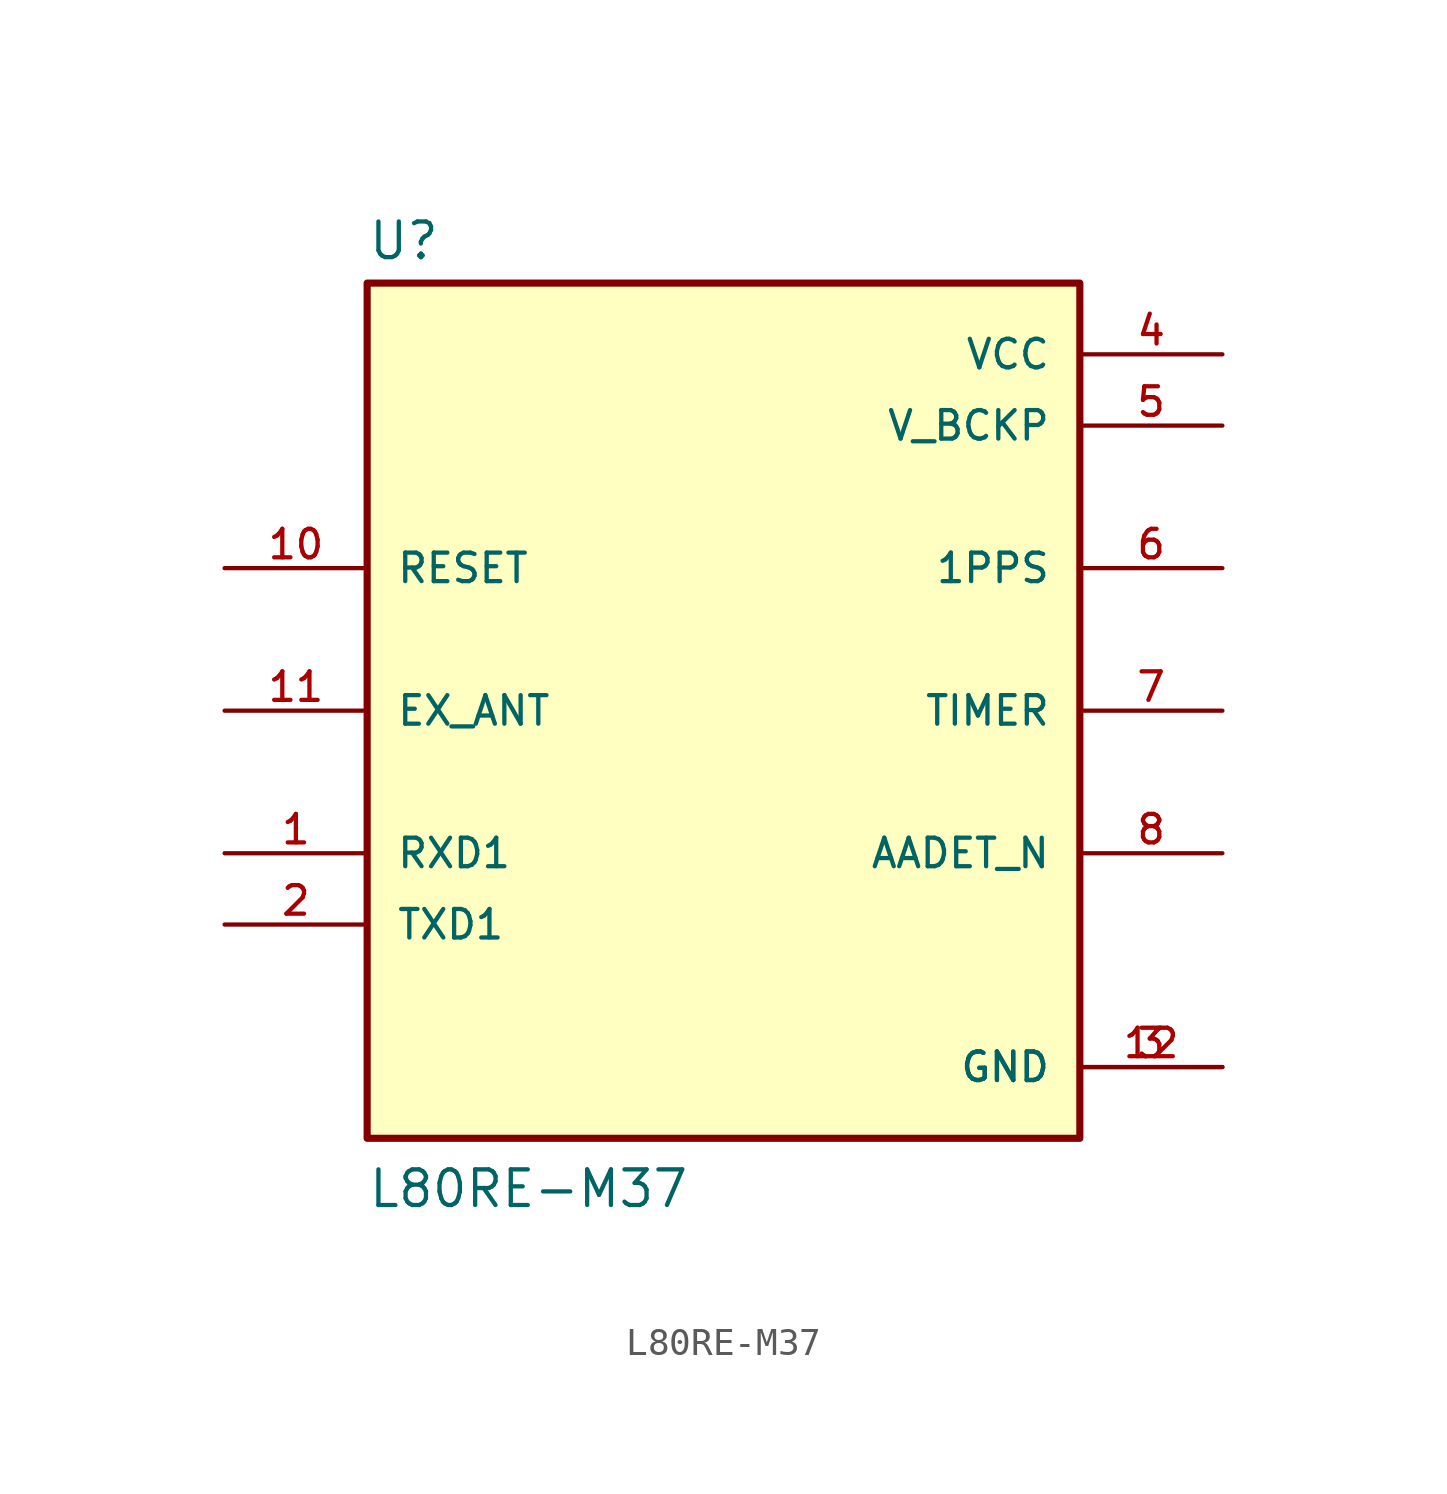
<source format=kicad_sym>
(kicad_symbol_lib
  (version 20231120)
  (generator "kicad_symbol_editor")
  (generator_version "8.0")
  (symbol "L80RE-M37"
    (pin_names
      (offset 1.016))
    (property "Reference" "U"
      (at -12.7 16.002 0)
      (effects (font (size 1.27 1.27)) (justify left bottom)))
    (property "Value" "L80RE-M37"
      (at -12.7 -17.78 0)
      (effects (font (size 1.27 1.27)) (justify left bottom)))
    (symbol "L80RE-M37_0_0"
      (rectangle (start -12.7 -15.24) (end 12.7 15.24) (stroke (width 0.254) (type default)) (fill (type background)))
      (pin input line (at -17.78 -5.08 0) (length 5.08) (name "RXD1" (effects (font (size 1.016 1.016)))) (number "1" (effects (font (size 1.016 1.016)))))
      (pin input line (at -17.78 5.08 0) (length 5.08) (name "RESET" (effects (font (size 1.016 1.016)))) (number "10" (effects (font (size 1.016 1.016)))))
      (pin input line (at -17.78 0 0) (length 5.08) (name "EX_ANT" (effects (font (size 1.016 1.016)))) (number "11" (effects (font (size 1.016 1.016)))))
      (pin power_in line (at 17.78 -12.7 180) (length 5.08) (name "GND" (effects (font (size 1.016 1.016)))) (number "12" (effects (font (size 1.016 1.016)))))
      (pin output line (at -17.78 -7.62 0) (length 5.08) (name "TXD1" (effects (font (size 1.016 1.016)))) (number "2" (effects (font (size 1.016 1.016)))))
      (pin power_in line (at 17.78 -12.7 180) (length 5.08) (name "GND" (effects (font (size 1.016 1.016)))) (number "3" (effects (font (size 1.016 1.016)))))
      (pin power_in line (at 17.78 12.7 180) (length 5.08) (name "VCC" (effects (font (size 1.016 1.016)))) (number "4" (effects (font (size 1.016 1.016)))))
      (pin power_in line (at 17.78 10.16 180) (length 5.08) (name "V_BCKP" (effects (font (size 1.016 1.016)))) (number "5" (effects (font (size 1.016 1.016)))))
      (pin output line (at 17.78 5.08 180) (length 5.08) (name "1PPS" (effects (font (size 1.016 1.016)))) (number "6" (effects (font (size 1.016 1.016)))))
      (pin output line (at 17.78 0 180) (length 5.08) (name "TIMER" (effects (font (size 1.016 1.016)))) (number "7" (effects (font (size 1.016 1.016)))))
      (pin bidirectional line (at 17.78 -5.08 180) (length 5.08) (name "AADET_N" (effects (font (size 1.016 1.016)))) (number "8" (effects (font (size 1.016 1.016))))))))
</source>
